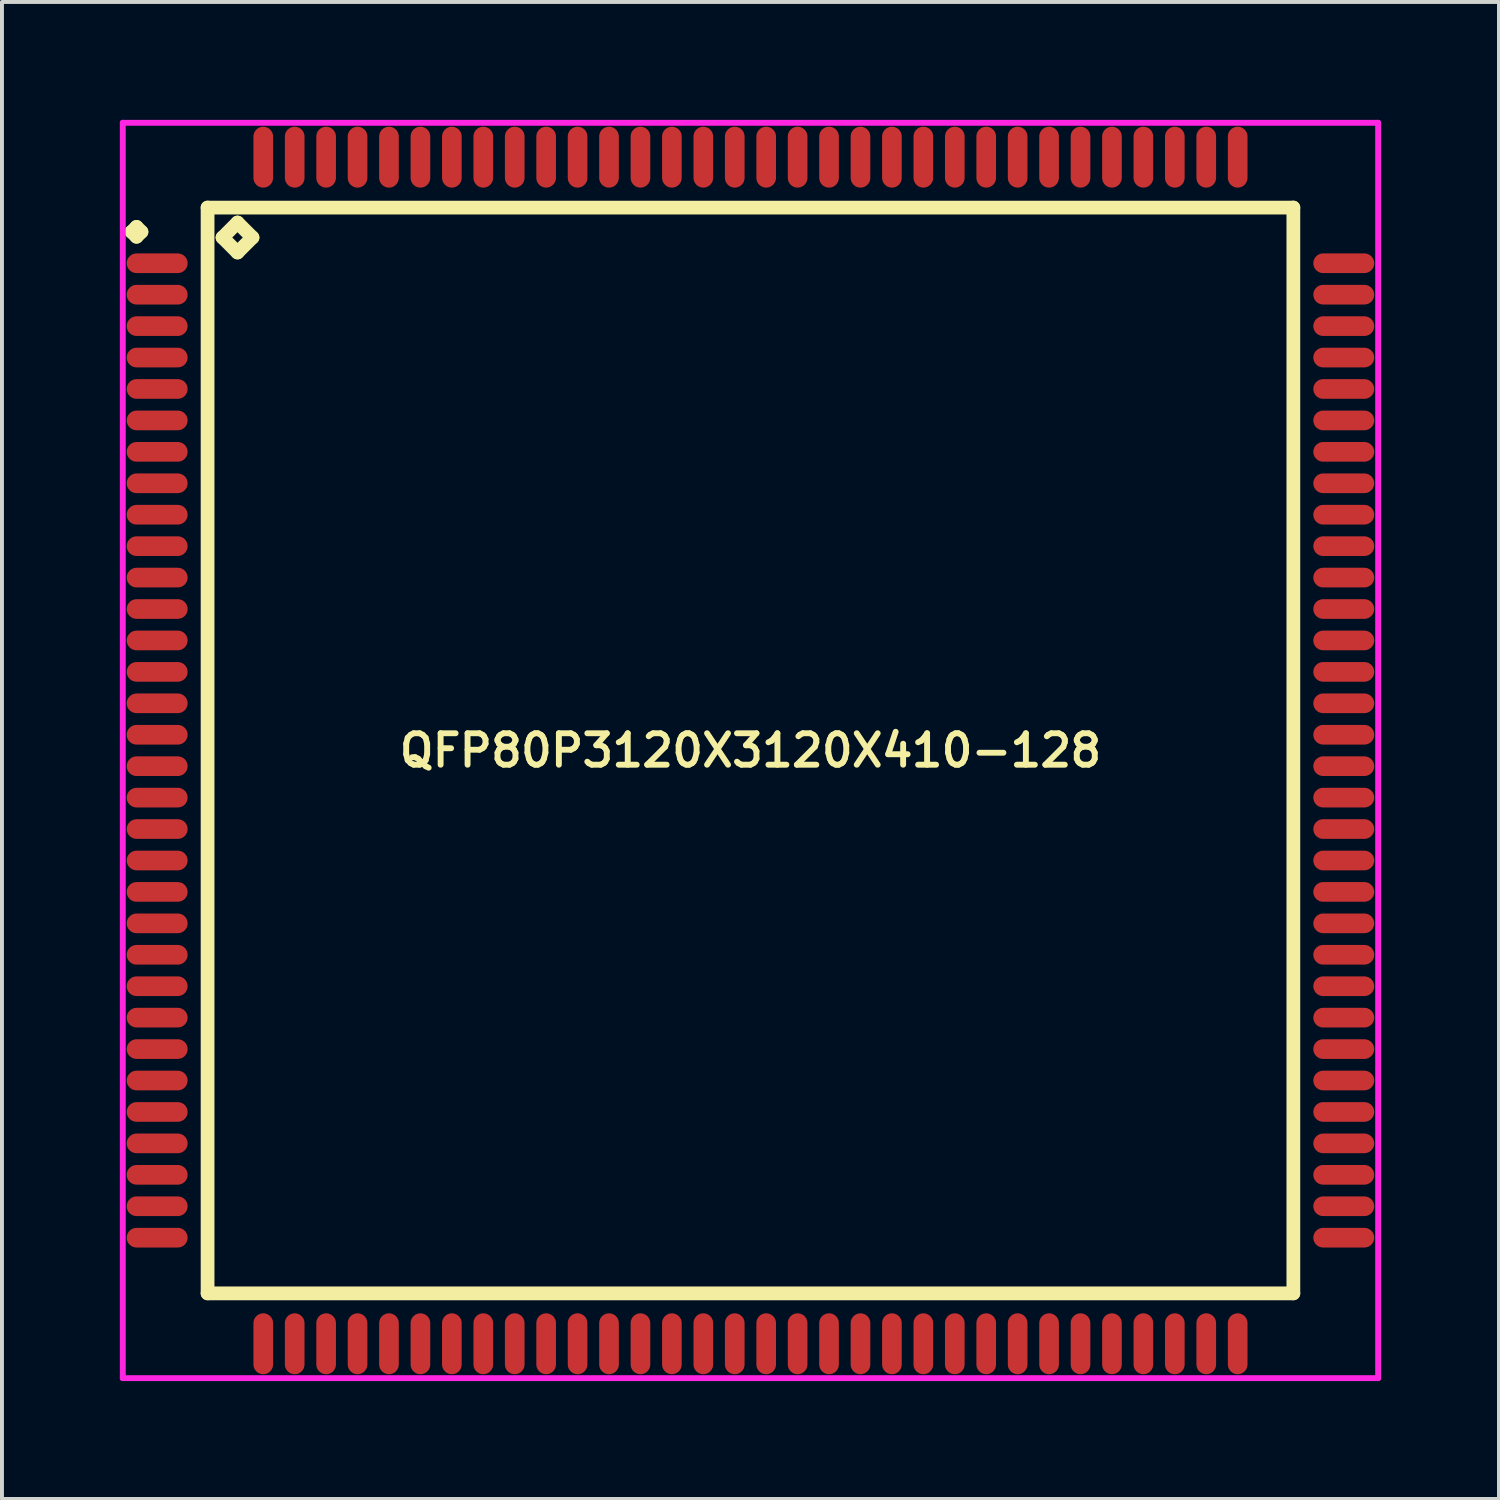
<source format=kicad_pcb>
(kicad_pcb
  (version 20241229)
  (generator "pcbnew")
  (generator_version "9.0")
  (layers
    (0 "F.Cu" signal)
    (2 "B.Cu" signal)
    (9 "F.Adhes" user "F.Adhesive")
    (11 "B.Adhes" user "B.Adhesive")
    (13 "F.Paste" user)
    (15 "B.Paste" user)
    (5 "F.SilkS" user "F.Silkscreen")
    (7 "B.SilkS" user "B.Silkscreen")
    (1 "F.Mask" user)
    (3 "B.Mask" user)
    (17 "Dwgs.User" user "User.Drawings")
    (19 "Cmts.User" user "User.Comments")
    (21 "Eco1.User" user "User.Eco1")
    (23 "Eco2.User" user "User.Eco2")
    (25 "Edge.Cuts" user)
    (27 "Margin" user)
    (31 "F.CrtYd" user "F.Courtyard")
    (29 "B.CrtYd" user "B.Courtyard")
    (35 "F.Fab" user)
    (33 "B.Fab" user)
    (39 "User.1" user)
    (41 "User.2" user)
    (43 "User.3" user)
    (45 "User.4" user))
  (footprint "QFP80P3120X3120X410-128"
    (layer "F.Cu")
    (at 16.05 16.05)
    (property "Reference" "QFP80P3120X3120X410-128" (at 0 0 0) (layer "F.SilkS") (effects (font (size 0.8 0.8) (thickness 0.15))))
    (attr smd)
    (fp_line (start -15.75 -13.2) (end -15.625 -13.325) (stroke (width 0.35) (type solid)) (layer "F.SilkS"))
    (fp_line (start -15.625 -13.325) (end -15.5 -13.2) (stroke (width 0.35) (type solid)) (layer "F.SilkS"))
    (fp_line (start -15.625 -13.075) (end -15.75 -13.2) (stroke (width 0.35) (type solid)) (layer "F.SilkS"))
    (fp_line (start -15.5 -13.2) (end -15.625 -13.075) (stroke (width 0.35) (type solid)) (layer "F.SilkS"))
    (fp_line (start -13.817 -13.817) (end -13.817 13.817) (stroke (width 0.35) (type solid)) (layer "F.SilkS"))
    (fp_line (start -13.817 13.817) (end 13.817 13.817) (stroke (width 0.35) (type solid)) (layer "F.SilkS"))
    (fp_line (start -13.436 -13.055) (end -13.055 -13.436) (stroke (width 0.35) (type solid)) (layer "F.SilkS"))
    (fp_line (start -13.055 -13.436) (end -12.674 -13.055) (stroke (width 0.35) (type solid)) (layer "F.SilkS"))
    (fp_line (start -13.055 -12.674) (end -13.436 -13.055) (stroke (width 0.35) (type solid)) (layer "F.SilkS"))
    (fp_line (start -12.674 -13.055) (end -13.055 -12.674) (stroke (width 0.35) (type solid)) (layer "F.SilkS"))
    (fp_line (start 13.817 -13.817) (end -13.817 -13.817) (stroke (width 0.35) (type solid)) (layer "F.SilkS"))
    (fp_line (start 13.817 13.817) (end 13.817 -13.817) (stroke (width 0.35) (type solid)) (layer "F.SilkS"))
    (fp_line (start -15.975 -15.975) (end 15.975 -15.975) (stroke (width 0.15) (type solid)) (layer "F.CrtYd"))
    (fp_line (start -15.975 15.975) (end -15.975 -15.975) (stroke (width 0.15) (type solid)) (layer "F.CrtYd"))
    (fp_line (start 15.975 -15.975) (end 15.975 15.975) (stroke (width 0.15) (type solid)) (layer "F.CrtYd"))
    (fp_line (start 15.975 15.975) (end -15.975 15.975) (stroke (width 0.15) (type solid)) (layer "F.CrtYd"))
    (pad "1" smd oval (at -15.1 -12.4) (size 1.55 0.5) (layers "F.Cu" "F.Mask" "F.Paste"))
    (pad "2" smd oval (at -15.1 -11.6) (size 1.55 0.5) (layers "F.Cu" "F.Mask" "F.Paste"))
    (pad "3" smd oval (at -15.1 -10.8) (size 1.55 0.5) (layers "F.Cu" "F.Mask" "F.Paste"))
    (pad "4" smd oval (at -15.1 -10) (size 1.55 0.5) (layers "F.Cu" "F.Mask" "F.Paste"))
    (pad "5" smd oval (at -15.1 -9.2) (size 1.55 0.5) (layers "F.Cu" "F.Mask" "F.Paste"))
    (pad "6" smd oval (at -15.1 -8.4) (size 1.55 0.5) (layers "F.Cu" "F.Mask" "F.Paste"))
    (pad "7" smd oval (at -15.1 -7.6) (size 1.55 0.5) (layers "F.Cu" "F.Mask" "F.Paste"))
    (pad "8" smd oval (at -15.1 -6.8) (size 1.55 0.5) (layers "F.Cu" "F.Mask" "F.Paste"))
    (pad "9" smd oval (at -15.1 -6) (size 1.55 0.5) (layers "F.Cu" "F.Mask" "F.Paste"))
    (pad "10" smd oval (at -15.1 -5.2) (size 1.55 0.5) (layers "F.Cu" "F.Mask" "F.Paste"))
    (pad "11" smd oval (at -15.1 -4.4) (size 1.55 0.5) (layers "F.Cu" "F.Mask" "F.Paste"))
    (pad "12" smd oval (at -15.1 -3.6) (size 1.55 0.5) (layers "F.Cu" "F.Mask" "F.Paste"))
    (pad "13" smd oval (at -15.1 -2.8) (size 1.55 0.5) (layers "F.Cu" "F.Mask" "F.Paste"))
    (pad "14" smd oval (at -15.1 -2) (size 1.55 0.5) (layers "F.Cu" "F.Mask" "F.Paste"))
    (pad "15" smd oval (at -15.1 -1.2) (size 1.55 0.5) (layers "F.Cu" "F.Mask" "F.Paste"))
    (pad "16" smd oval (at -15.1 -0.4) (size 1.55 0.5) (layers "F.Cu" "F.Mask" "F.Paste"))
    (pad "17" smd oval (at -15.1 0.4) (size 1.55 0.5) (layers "F.Cu" "F.Mask" "F.Paste"))
    (pad "18" smd oval (at -15.1 1.2) (size 1.55 0.5) (layers "F.Cu" "F.Mask" "F.Paste"))
    (pad "19" smd oval (at -15.1 2) (size 1.55 0.5) (layers "F.Cu" "F.Mask" "F.Paste"))
    (pad "20" smd oval (at -15.1 2.8) (size 1.55 0.5) (layers "F.Cu" "F.Mask" "F.Paste"))
    (pad "21" smd oval (at -15.1 3.6) (size 1.55 0.5) (layers "F.Cu" "F.Mask" "F.Paste"))
    (pad "22" smd oval (at -15.1 4.4) (size 1.55 0.5) (layers "F.Cu" "F.Mask" "F.Paste"))
    (pad "23" smd oval (at -15.1 5.2) (size 1.55 0.5) (layers "F.Cu" "F.Mask" "F.Paste"))
    (pad "24" smd oval (at -15.1 6) (size 1.55 0.5) (layers "F.Cu" "F.Mask" "F.Paste"))
    (pad "25" smd oval (at -15.1 6.8) (size 1.55 0.5) (layers "F.Cu" "F.Mask" "F.Paste"))
    (pad "26" smd oval (at -15.1 7.6) (size 1.55 0.5) (layers "F.Cu" "F.Mask" "F.Paste"))
    (pad "27" smd oval (at -15.1 8.4) (size 1.55 0.5) (layers "F.Cu" "F.Mask" "F.Paste"))
    (pad "28" smd oval (at -15.1 9.2) (size 1.55 0.5) (layers "F.Cu" "F.Mask" "F.Paste"))
    (pad "29" smd oval (at -15.1 10) (size 1.55 0.5) (layers "F.Cu" "F.Mask" "F.Paste"))
    (pad "30" smd oval (at -15.1 10.8) (size 1.55 0.5) (layers "F.Cu" "F.Mask" "F.Paste"))
    (pad "31" smd oval (at -15.1 11.6) (size 1.55 0.5) (layers "F.Cu" "F.Mask" "F.Paste"))
    (pad "32" smd oval (at -15.1 12.4) (size 1.55 0.5) (layers "F.Cu" "F.Mask" "F.Paste"))
    (pad "33" smd oval (at -12.4 15.1) (size 0.5 1.55) (layers "F.Cu" "F.Mask" "F.Paste"))
    (pad "34" smd oval (at -11.6 15.1) (size 0.5 1.55) (layers "F.Cu" "F.Mask" "F.Paste"))
    (pad "35" smd oval (at -10.8 15.1) (size 0.5 1.55) (layers "F.Cu" "F.Mask" "F.Paste"))
    (pad "36" smd oval (at -10 15.1) (size 0.5 1.55) (layers "F.Cu" "F.Mask" "F.Paste"))
    (pad "37" smd oval (at -9.2 15.1) (size 0.5 1.55) (layers "F.Cu" "F.Mask" "F.Paste"))
    (pad "38" smd oval (at -8.4 15.1) (size 0.5 1.55) (layers "F.Cu" "F.Mask" "F.Paste"))
    (pad "39" smd oval (at -7.6 15.1) (size 0.5 1.55) (layers "F.Cu" "F.Mask" "F.Paste"))
    (pad "40" smd oval (at -6.8 15.1) (size 0.5 1.55) (layers "F.Cu" "F.Mask" "F.Paste"))
    (pad "41" smd oval (at -6 15.1) (size 0.5 1.55) (layers "F.Cu" "F.Mask" "F.Paste"))
    (pad "42" smd oval (at -5.2 15.1) (size 0.5 1.55) (layers "F.Cu" "F.Mask" "F.Paste"))
    (pad "43" smd oval (at -4.4 15.1) (size 0.5 1.55) (layers "F.Cu" "F.Mask" "F.Paste"))
    (pad "44" smd oval (at -3.6 15.1) (size 0.5 1.55) (layers "F.Cu" "F.Mask" "F.Paste"))
    (pad "45" smd oval (at -2.8 15.1) (size 0.5 1.55) (layers "F.Cu" "F.Mask" "F.Paste"))
    (pad "46" smd oval (at -2 15.1) (size 0.5 1.55) (layers "F.Cu" "F.Mask" "F.Paste"))
    (pad "47" smd oval (at -1.2 15.1) (size 0.5 1.55) (layers "F.Cu" "F.Mask" "F.Paste"))
    (pad "48" smd oval (at -0.4 15.1) (size 0.5 1.55) (layers "F.Cu" "F.Mask" "F.Paste"))
    (pad "49" smd oval (at 0.4 15.1) (size 0.5 1.55) (layers "F.Cu" "F.Mask" "F.Paste"))
    (pad "50" smd oval (at 1.2 15.1) (size 0.5 1.55) (layers "F.Cu" "F.Mask" "F.Paste"))
    (pad "51" smd oval (at 2 15.1) (size 0.5 1.55) (layers "F.Cu" "F.Mask" "F.Paste"))
    (pad "52" smd oval (at 2.8 15.1) (size 0.5 1.55) (layers "F.Cu" "F.Mask" "F.Paste"))
    (pad "53" smd oval (at 3.6 15.1) (size 0.5 1.55) (layers "F.Cu" "F.Mask" "F.Paste"))
    (pad "54" smd oval (at 4.4 15.1) (size 0.5 1.55) (layers "F.Cu" "F.Mask" "F.Paste"))
    (pad "55" smd oval (at 5.2 15.1) (size 0.5 1.55) (layers "F.Cu" "F.Mask" "F.Paste"))
    (pad "56" smd oval (at 6 15.1) (size 0.5 1.55) (layers "F.Cu" "F.Mask" "F.Paste"))
    (pad "57" smd oval (at 6.8 15.1) (size 0.5 1.55) (layers "F.Cu" "F.Mask" "F.Paste"))
    (pad "58" smd oval (at 7.6 15.1) (size 0.5 1.55) (layers "F.Cu" "F.Mask" "F.Paste"))
    (pad "59" smd oval (at 8.4 15.1) (size 0.5 1.55) (layers "F.Cu" "F.Mask" "F.Paste"))
    (pad "60" smd oval (at 9.2 15.1) (size 0.5 1.55) (layers "F.Cu" "F.Mask" "F.Paste"))
    (pad "61" smd oval (at 10 15.1) (size 0.5 1.55) (layers "F.Cu" "F.Mask" "F.Paste"))
    (pad "62" smd oval (at 10.8 15.1) (size 0.5 1.55) (layers "F.Cu" "F.Mask" "F.Paste"))
    (pad "63" smd oval (at 11.6 15.1) (size 0.5 1.55) (layers "F.Cu" "F.Mask" "F.Paste"))
    (pad "64" smd oval (at 12.4 15.1) (size 0.5 1.55) (layers "F.Cu" "F.Mask" "F.Paste"))
    (pad "65" smd oval (at 15.1 12.4) (size 1.55 0.5) (layers "F.Cu" "F.Mask" "F.Paste"))
    (pad "66" smd oval (at 15.1 11.6) (size 1.55 0.5) (layers "F.Cu" "F.Mask" "F.Paste"))
    (pad "67" smd oval (at 15.1 10.8) (size 1.55 0.5) (layers "F.Cu" "F.Mask" "F.Paste"))
    (pad "68" smd oval (at 15.1 10) (size 1.55 0.5) (layers "F.Cu" "F.Mask" "F.Paste"))
    (pad "69" smd oval (at 15.1 9.2) (size 1.55 0.5) (layers "F.Cu" "F.Mask" "F.Paste"))
    (pad "70" smd oval (at 15.1 8.4) (size 1.55 0.5) (layers "F.Cu" "F.Mask" "F.Paste"))
    (pad "71" smd oval (at 15.1 7.6) (size 1.55 0.5) (layers "F.Cu" "F.Mask" "F.Paste"))
    (pad "72" smd oval (at 15.1 6.8) (size 1.55 0.5) (layers "F.Cu" "F.Mask" "F.Paste"))
    (pad "73" smd oval (at 15.1 6) (size 1.55 0.5) (layers "F.Cu" "F.Mask" "F.Paste"))
    (pad "74" smd oval (at 15.1 5.2) (size 1.55 0.5) (layers "F.Cu" "F.Mask" "F.Paste"))
    (pad "75" smd oval (at 15.1 4.4) (size 1.55 0.5) (layers "F.Cu" "F.Mask" "F.Paste"))
    (pad "76" smd oval (at 15.1 3.6) (size 1.55 0.5) (layers "F.Cu" "F.Mask" "F.Paste"))
    (pad "77" smd oval (at 15.1 2.8) (size 1.55 0.5) (layers "F.Cu" "F.Mask" "F.Paste"))
    (pad "78" smd oval (at 15.1 2) (size 1.55 0.5) (layers "F.Cu" "F.Mask" "F.Paste"))
    (pad "79" smd oval (at 15.1 1.2) (size 1.55 0.5) (layers "F.Cu" "F.Mask" "F.Paste"))
    (pad "80" smd oval (at 15.1 0.4) (size 1.55 0.5) (layers "F.Cu" "F.Mask" "F.Paste"))
    (pad "81" smd oval (at 15.1 -0.4) (size 1.55 0.5) (layers "F.Cu" "F.Mask" "F.Paste"))
    (pad "82" smd oval (at 15.1 -1.2) (size 1.55 0.5) (layers "F.Cu" "F.Mask" "F.Paste"))
    (pad "83" smd oval (at 15.1 -2) (size 1.55 0.5) (layers "F.Cu" "F.Mask" "F.Paste"))
    (pad "84" smd oval (at 15.1 -2.8) (size 1.55 0.5) (layers "F.Cu" "F.Mask" "F.Paste"))
    (pad "85" smd oval (at 15.1 -3.6) (size 1.55 0.5) (layers "F.Cu" "F.Mask" "F.Paste"))
    (pad "86" smd oval (at 15.1 -4.4) (size 1.55 0.5) (layers "F.Cu" "F.Mask" "F.Paste"))
    (pad "87" smd oval (at 15.1 -5.2) (size 1.55 0.5) (layers "F.Cu" "F.Mask" "F.Paste"))
    (pad "88" smd oval (at 15.1 -6) (size 1.55 0.5) (layers "F.Cu" "F.Mask" "F.Paste"))
    (pad "89" smd oval (at 15.1 -6.8) (size 1.55 0.5) (layers "F.Cu" "F.Mask" "F.Paste"))
    (pad "90" smd oval (at 15.1 -7.6) (size 1.55 0.5) (layers "F.Cu" "F.Mask" "F.Paste"))
    (pad "91" smd oval (at 15.1 -8.4) (size 1.55 0.5) (layers "F.Cu" "F.Mask" "F.Paste"))
    (pad "92" smd oval (at 15.1 -9.2) (size 1.55 0.5) (layers "F.Cu" "F.Mask" "F.Paste"))
    (pad "93" smd oval (at 15.1 -10) (size 1.55 0.5) (layers "F.Cu" "F.Mask" "F.Paste"))
    (pad "94" smd oval (at 15.1 -10.8) (size 1.55 0.5) (layers "F.Cu" "F.Mask" "F.Paste"))
    (pad "95" smd oval (at 15.1 -11.6) (size 1.55 0.5) (layers "F.Cu" "F.Mask" "F.Paste"))
    (pad "96" smd oval (at 15.1 -12.4) (size 1.55 0.5) (layers "F.Cu" "F.Mask" "F.Paste"))
    (pad "97" smd oval (at 12.4 -15.1) (size 0.5 1.55) (layers "F.Cu" "F.Mask" "F.Paste"))
    (pad "98" smd oval (at 11.6 -15.1) (size 0.5 1.55) (layers "F.Cu" "F.Mask" "F.Paste"))
    (pad "99" smd oval (at 10.8 -15.1) (size 0.5 1.55) (layers "F.Cu" "F.Mask" "F.Paste"))
    (pad "100" smd oval (at 10 -15.1) (size 0.5 1.55) (layers "F.Cu" "F.Mask" "F.Paste"))
    (pad "101" smd oval (at 9.2 -15.1) (size 0.5 1.55) (layers "F.Cu" "F.Mask" "F.Paste"))
    (pad "102" smd oval (at 8.4 -15.1) (size 0.5 1.55) (layers "F.Cu" "F.Mask" "F.Paste"))
    (pad "103" smd oval (at 7.6 -15.1) (size 0.5 1.55) (layers "F.Cu" "F.Mask" "F.Paste"))
    (pad "104" smd oval (at 6.8 -15.1) (size 0.5 1.55) (layers "F.Cu" "F.Mask" "F.Paste"))
    (pad "105" smd oval (at 6 -15.1) (size 0.5 1.55) (layers "F.Cu" "F.Mask" "F.Paste"))
    (pad "106" smd oval (at 5.2 -15.1) (size 0.5 1.55) (layers "F.Cu" "F.Mask" "F.Paste"))
    (pad "107" smd oval (at 4.4 -15.1) (size 0.5 1.55) (layers "F.Cu" "F.Mask" "F.Paste"))
    (pad "108" smd oval (at 3.6 -15.1) (size 0.5 1.55) (layers "F.Cu" "F.Mask" "F.Paste"))
    (pad "109" smd oval (at 2.8 -15.1) (size 0.5 1.55) (layers "F.Cu" "F.Mask" "F.Paste"))
    (pad "110" smd oval (at 2 -15.1) (size 0.5 1.55) (layers "F.Cu" "F.Mask" "F.Paste"))
    (pad "111" smd oval (at 1.2 -15.1) (size 0.5 1.55) (layers "F.Cu" "F.Mask" "F.Paste"))
    (pad "112" smd oval (at 0.4 -15.1) (size 0.5 1.55) (layers "F.Cu" "F.Mask" "F.Paste"))
    (pad "113" smd oval (at -0.4 -15.1) (size 0.5 1.55) (layers "F.Cu" "F.Mask" "F.Paste"))
    (pad "114" smd oval (at -1.2 -15.1) (size 0.5 1.55) (layers "F.Cu" "F.Mask" "F.Paste"))
    (pad "115" smd oval (at -2 -15.1) (size 0.5 1.55) (layers "F.Cu" "F.Mask" "F.Paste"))
    (pad "116" smd oval (at -2.8 -15.1) (size 0.5 1.55) (layers "F.Cu" "F.Mask" "F.Paste"))
    (pad "117" smd oval (at -3.6 -15.1) (size 0.5 1.55) (layers "F.Cu" "F.Mask" "F.Paste"))
    (pad "118" smd oval (at -4.4 -15.1) (size 0.5 1.55) (layers "F.Cu" "F.Mask" "F.Paste"))
    (pad "119" smd oval (at -5.2 -15.1) (size 0.5 1.55) (layers "F.Cu" "F.Mask" "F.Paste"))
    (pad "120" smd oval (at -6 -15.1) (size 0.5 1.55) (layers "F.Cu" "F.Mask" "F.Paste"))
    (pad "121" smd oval (at -6.8 -15.1) (size 0.5 1.55) (layers "F.Cu" "F.Mask" "F.Paste"))
    (pad "122" smd oval (at -7.6 -15.1) (size 0.5 1.55) (layers "F.Cu" "F.Mask" "F.Paste"))
    (pad "123" smd oval (at -8.4 -15.1) (size 0.5 1.55) (layers "F.Cu" "F.Mask" "F.Paste"))
    (pad "124" smd oval (at -9.2 -15.1) (size 0.5 1.55) (layers "F.Cu" "F.Mask" "F.Paste"))
    (pad "125" smd oval (at -10 -15.1) (size 0.5 1.55) (layers "F.Cu" "F.Mask" "F.Paste"))
    (pad "126" smd oval (at -10.8 -15.1) (size 0.5 1.55) (layers "F.Cu" "F.Mask" "F.Paste"))
    (pad "127" smd oval (at -11.6 -15.1) (size 0.5 1.55) (layers "F.Cu" "F.Mask" "F.Paste"))
    (pad "128" smd oval (at -12.4 -15.1) (size 0.5 1.55) (layers "F.Cu" "F.Mask" "F.Paste")))
  (gr_rect
    (start -3 -3)
    (end 35.1 35.1)
    (stroke (width 0.1) (type default))
    (fill no)
    (layer "Edge.Cuts")))
</source>
